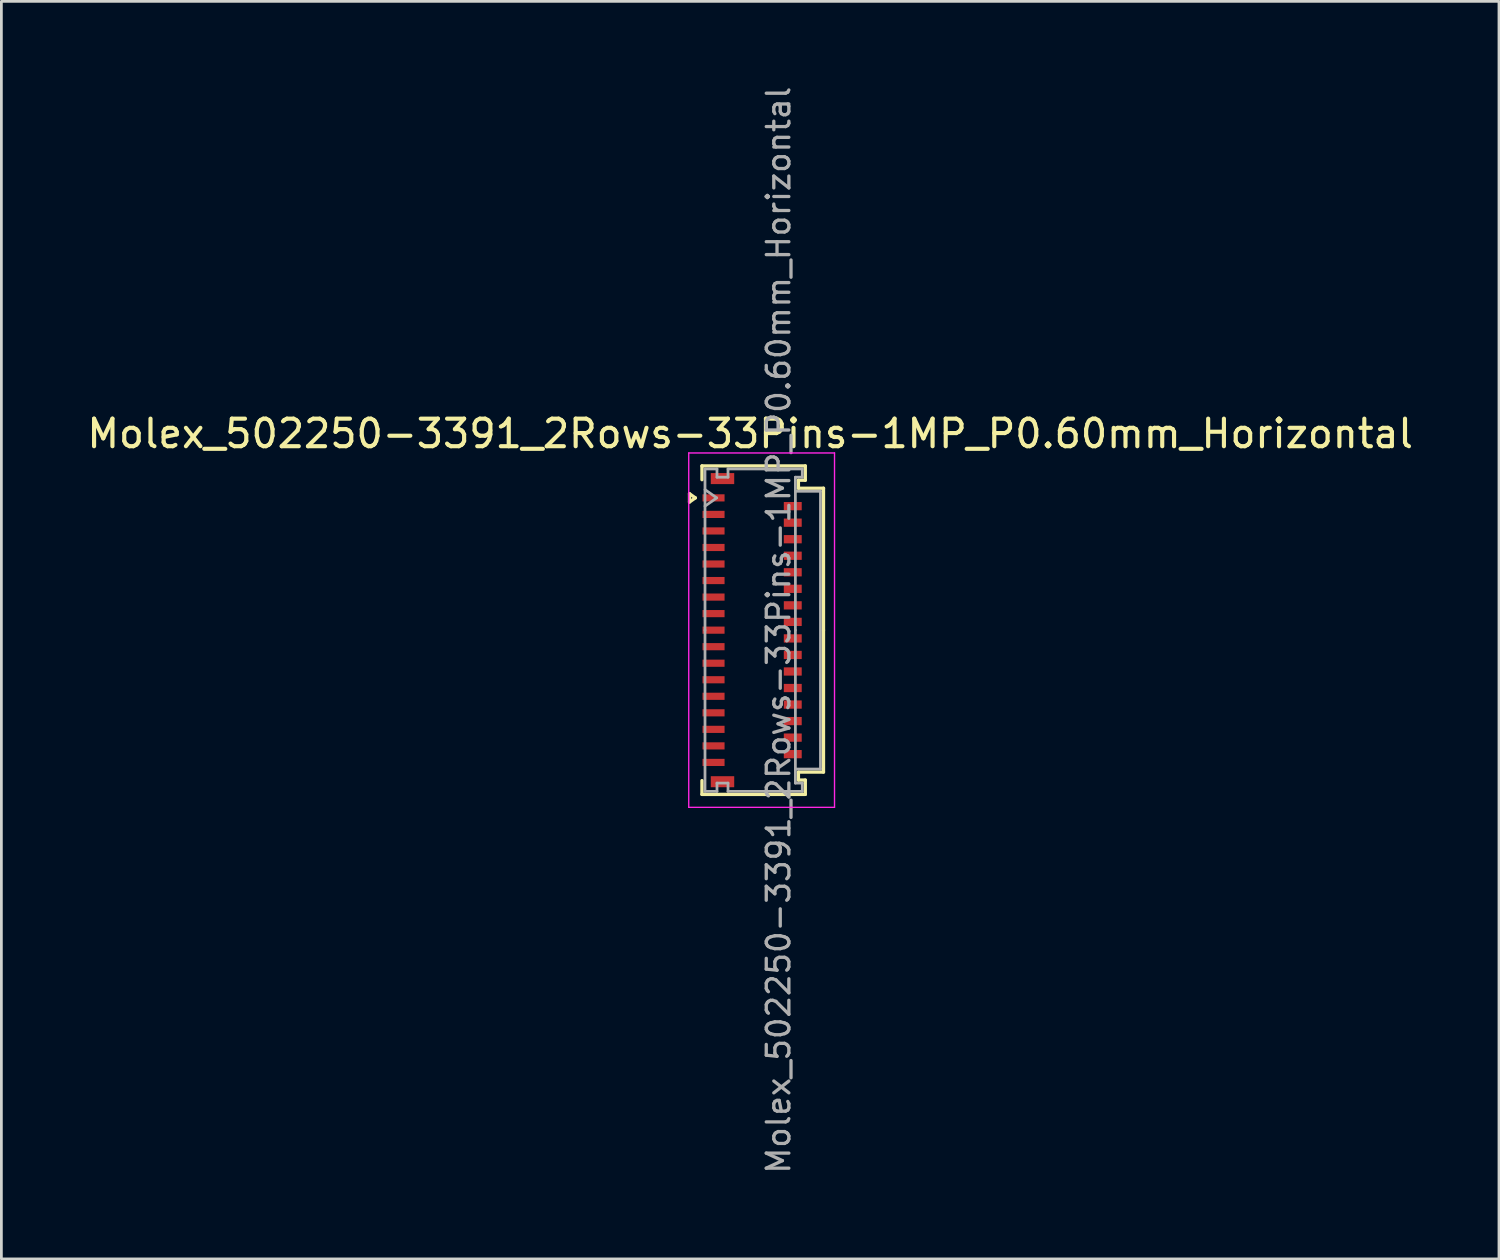
<source format=kicad_pcb>
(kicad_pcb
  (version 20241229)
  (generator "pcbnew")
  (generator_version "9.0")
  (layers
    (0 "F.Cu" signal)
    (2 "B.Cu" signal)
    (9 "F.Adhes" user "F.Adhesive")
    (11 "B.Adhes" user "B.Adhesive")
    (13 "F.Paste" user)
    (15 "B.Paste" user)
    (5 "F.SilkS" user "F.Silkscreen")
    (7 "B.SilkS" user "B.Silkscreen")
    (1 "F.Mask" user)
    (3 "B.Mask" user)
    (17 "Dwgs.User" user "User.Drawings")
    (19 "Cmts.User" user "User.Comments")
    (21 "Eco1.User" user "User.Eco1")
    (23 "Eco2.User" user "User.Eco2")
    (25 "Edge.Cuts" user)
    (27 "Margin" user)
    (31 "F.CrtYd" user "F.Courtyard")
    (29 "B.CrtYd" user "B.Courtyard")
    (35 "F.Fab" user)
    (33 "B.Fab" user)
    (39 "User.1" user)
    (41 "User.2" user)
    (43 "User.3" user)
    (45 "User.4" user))
  (footprint "Molex_502250-3391_2Rows-33Pins-1MP_P0.60mm_Horizontal"
    (layer "F.Cu")
    (at 24.243 19.817)
    (property "Reference" "Molex_502250-3391_2Rows-33Pins-1MP_P0.60mm_Horizontal" (at -0.07 -7.13 0) (layer "F.SilkS") (effects (font (size 1 1) (thickness 0.15))))
    (attr smd)
    (fp_line (start -2.272 -4.95) (end -2.06 -4.8) (stroke (width 0.12) (type solid)) (layer "F.SilkS"))
    (fp_line (start -2.272 -4.65) (end -2.272 -4.95) (stroke (width 0.12) (type solid)) (layer "F.SilkS"))
    (fp_line (start -2.06 -4.8) (end -2.272 -4.65) (stroke (width 0.12) (type solid)) (layer "F.SilkS"))
    (fp_line (start -1.82 -5.96) (end 1.93 -5.96) (stroke (width 0.12) (type solid)) (layer "F.SilkS"))
    (fp_line (start -1.82 -5.46) (end -1.82 -5.96) (stroke (width 0.12) (type solid)) (layer "F.SilkS"))
    (fp_line (start -1.82 5.46) (end -1.82 5.96) (stroke (width 0.12) (type solid)) (layer "F.SilkS"))
    (fp_line (start -1.82 5.96) (end 1.93 5.96) (stroke (width 0.12) (type solid)) (layer "F.SilkS"))
    (fp_line (start 1.68 -5.44) (end 1.68 -5.15) (stroke (width 0.12) (type solid)) (layer "F.SilkS"))
    (fp_line (start 1.68 -5.15) (end 2.59 -5.15) (stroke (width 0.12) (type solid)) (layer "F.SilkS"))
    (fp_line (start 1.68 5.15) (end 2.59 5.15) (stroke (width 0.12) (type solid)) (layer "F.SilkS"))
    (fp_line (start 1.68 5.44) (end 1.68 5.15) (stroke (width 0.12) (type solid)) (layer "F.SilkS"))
    (fp_line (start 1.93 -5.96) (end 1.93 -5.44) (stroke (width 0.12) (type solid)) (layer "F.SilkS"))
    (fp_line (start 1.93 -5.44) (end 1.68 -5.44) (stroke (width 0.12) (type solid)) (layer "F.SilkS"))
    (fp_line (start 1.93 5.44) (end 1.68 5.44) (stroke (width 0.12) (type solid)) (layer "F.SilkS"))
    (fp_line (start 1.93 5.96) (end 1.93 5.44) (stroke (width 0.12) (type solid)) (layer "F.SilkS"))
    (fp_line (start 2.59 -5.15) (end 2.59 0) (stroke (width 0.12) (type solid)) (layer "F.SilkS"))
    (fp_line (start 2.59 5.15) (end 2.59 0) (stroke (width 0.12) (type solid)) (layer "F.SilkS"))
    (fp_line (start -2.3 -6.43) (end -2.3 6.43) (stroke (width 0.05) (type solid)) (layer "F.CrtYd"))
    (fp_line (start -2.3 6.43) (end 2.99 6.43) (stroke (width 0.05) (type solid)) (layer "F.CrtYd"))
    (fp_line (start 2.99 -6.43) (end -2.3 -6.43) (stroke (width 0.05) (type solid)) (layer "F.CrtYd"))
    (fp_line (start 2.99 6.43) (end 2.99 -6.43) (stroke (width 0.05) (type solid)) (layer "F.CrtYd"))
    (fp_line (start -1.71 -5.85) (end -1.275 -5.85) (stroke (width 0.1) (type solid)) (layer "F.Fab"))
    (fp_line (start -1.71 -5.1) (end -1.286 -4.8) (stroke (width 0.1) (type solid)) (layer "F.Fab"))
    (fp_line (start -1.71 0) (end -1.71 -5.85) (stroke (width 0.1) (type solid)) (layer "F.Fab"))
    (fp_line (start -1.71 0) (end -1.71 5.85) (stroke (width 0.1) (type solid)) (layer "F.Fab"))
    (fp_line (start -1.71 5.85) (end -1.275 5.85) (stroke (width 0.1) (type solid)) (layer "F.Fab"))
    (fp_line (start -1.286 -4.8) (end -1.71 -4.5) (stroke (width 0.1) (type solid)) (layer "F.Fab"))
    (fp_line (start -1.275 -5.85) (end -1.275 -5.55) (stroke (width 0.1) (type solid)) (layer "F.Fab"))
    (fp_line (start -1.275 -5.55) (end -0.875 -5.55) (stroke (width 0.1) (type solid)) (layer "F.Fab"))
    (fp_line (start -1.275 5.55) (end -0.875 5.55) (stroke (width 0.1) (type solid)) (layer "F.Fab"))
    (fp_line (start -1.275 5.85) (end -1.275 5.55) (stroke (width 0.1) (type solid)) (layer "F.Fab"))
    (fp_line (start -0.875 -5.85) (end 1.82 -5.85) (stroke (width 0.1) (type solid)) (layer "F.Fab"))
    (fp_line (start -0.875 -5.55) (end -0.875 -5.85) (stroke (width 0.1) (type solid)) (layer "F.Fab"))
    (fp_line (start -0.875 5.55) (end -0.875 5.85) (stroke (width 0.1) (type solid)) (layer "F.Fab"))
    (fp_line (start -0.875 5.85) (end 1.82 5.85) (stroke (width 0.1) (type solid)) (layer "F.Fab"))
    (fp_line (start 1.57 -5.55) (end 1.57 0) (stroke (width 0.1) (type solid)) (layer "F.Fab"))
    (fp_line (start 1.57 -5.04) (end 2.48 -5.04) (stroke (width 0.1) (type solid)) (layer "F.Fab"))
    (fp_line (start 1.57 5.55) (end 1.57 0) (stroke (width 0.1) (type solid)) (layer "F.Fab"))
    (fp_line (start 1.82 -5.85) (end 1.82 -5.55) (stroke (width 0.1) (type solid)) (layer "F.Fab"))
    (fp_line (start 1.82 -5.55) (end 1.57 -5.55) (stroke (width 0.1) (type solid)) (layer "F.Fab"))
    (fp_line (start 1.82 5.55) (end 1.57 5.55) (stroke (width 0.1) (type solid)) (layer "F.Fab"))
    (fp_line (start 1.82 5.85) (end 1.82 5.55) (stroke (width 0.1) (type solid)) (layer "F.Fab"))
    (fp_line (start 2.48 -5.04) (end 2.48 5.04) (stroke (width 0.1) (type solid)) (layer "F.Fab"))
    (fp_line (start 2.48 5.04) (end 1.57 5.04) (stroke (width 0.1) (type solid)) (layer "F.Fab"))
    (fp_text user "${REFERENCE}" (at 0.96 0 90) (layer "F.Fab") (effects (font (size 0.82 0.82) (thickness 0.12))))
    (pad "1" smd rect (at -1.4 -4.8) (size 0.8 0.26) (layers "F.Cu" "F.Mask" "F.Paste"))
    (pad "2" smd rect (at 1.475 -4.5) (size 0.65 0.3) (layers "F.Cu" "F.Mask" "F.Paste"))
    (pad "3" smd rect (at -1.4 -4.2) (size 0.8 0.26) (layers "F.Cu" "F.Mask" "F.Paste"))
    (pad "4" smd rect (at 1.475 -3.9) (size 0.65 0.3) (layers "F.Cu" "F.Mask" "F.Paste"))
    (pad "5" smd rect (at -1.4 -3.6) (size 0.8 0.26) (layers "F.Cu" "F.Mask" "F.Paste"))
    (pad "6" smd rect (at 1.475 -3.3) (size 0.65 0.3) (layers "F.Cu" "F.Mask" "F.Paste"))
    (pad "7" smd rect (at -1.4 -3) (size 0.8 0.26) (layers "F.Cu" "F.Mask" "F.Paste"))
    (pad "8" smd rect (at 1.475 -2.7) (size 0.65 0.3) (layers "F.Cu" "F.Mask" "F.Paste"))
    (pad "9" smd rect (at -1.4 -2.4) (size 0.8 0.26) (layers "F.Cu" "F.Mask" "F.Paste"))
    (pad "10" smd rect (at 1.475 -2.1) (size 0.65 0.3) (layers "F.Cu" "F.Mask" "F.Paste"))
    (pad "11" smd rect (at -1.4 -1.8) (size 0.8 0.26) (layers "F.Cu" "F.Mask" "F.Paste"))
    (pad "12" smd rect (at 1.475 -1.5) (size 0.65 0.3) (layers "F.Cu" "F.Mask" "F.Paste"))
    (pad "13" smd rect (at -1.4 -1.2) (size 0.8 0.26) (layers "F.Cu" "F.Mask" "F.Paste"))
    (pad "14" smd rect (at 1.475 -0.9) (size 0.65 0.3) (layers "F.Cu" "F.Mask" "F.Paste"))
    (pad "15" smd rect (at -1.4 -0.6) (size 0.8 0.26) (layers "F.Cu" "F.Mask" "F.Paste"))
    (pad "16" smd rect (at 1.475 -0.3) (size 0.65 0.3) (layers "F.Cu" "F.Mask" "F.Paste"))
    (pad "17" smd rect (at -1.4 0) (size 0.8 0.26) (layers "F.Cu" "F.Mask" "F.Paste"))
    (pad "18" smd rect (at 1.475 0.3) (size 0.65 0.3) (layers "F.Cu" "F.Mask" "F.Paste"))
    (pad "19" smd rect (at -1.4 0.6) (size 0.8 0.26) (layers "F.Cu" "F.Mask" "F.Paste"))
    (pad "20" smd rect (at 1.475 0.9) (size 0.65 0.3) (layers "F.Cu" "F.Mask" "F.Paste"))
    (pad "21" smd rect (at -1.4 1.2) (size 0.8 0.26) (layers "F.Cu" "F.Mask" "F.Paste"))
    (pad "22" smd rect (at 1.475 1.5) (size 0.65 0.3) (layers "F.Cu" "F.Mask" "F.Paste"))
    (pad "23" smd rect (at -1.4 1.8) (size 0.8 0.26) (layers "F.Cu" "F.Mask" "F.Paste"))
    (pad "24" smd rect (at 1.475 2.1) (size 0.65 0.3) (layers "F.Cu" "F.Mask" "F.Paste"))
    (pad "25" smd rect (at -1.4 2.4) (size 0.8 0.26) (layers "F.Cu" "F.Mask" "F.Paste"))
    (pad "26" smd rect (at 1.475 2.7) (size 0.65 0.3) (layers "F.Cu" "F.Mask" "F.Paste"))
    (pad "27" smd rect (at -1.4 3) (size 0.8 0.26) (layers "F.Cu" "F.Mask" "F.Paste"))
    (pad "28" smd rect (at 1.475 3.3) (size 0.65 0.3) (layers "F.Cu" "F.Mask" "F.Paste"))
    (pad "29" smd rect (at -1.4 3.6) (size 0.8 0.26) (layers "F.Cu" "F.Mask" "F.Paste"))
    (pad "30" smd rect (at 1.475 3.9) (size 0.65 0.3) (layers "F.Cu" "F.Mask" "F.Paste"))
    (pad "31" smd rect (at -1.4 4.2) (size 0.8 0.26) (layers "F.Cu" "F.Mask" "F.Paste"))
    (pad "32" smd rect (at 1.475 4.5) (size 0.65 0.3) (layers "F.Cu" "F.Mask" "F.Paste"))
    (pad "33" smd rect (at -1.4 4.8) (size 0.8 0.26) (layers "F.Cu" "F.Mask" "F.Paste"))
    (pad "MP" smd rect (at -1.075 -5.5) (size 0.85 0.4) (layers "F.Cu" "F.Mask" "F.Paste"))
    (pad "MP" smd rect (at -1.075 5.5) (size 0.85 0.4) (layers "F.Cu" "F.Mask" "F.Paste")))
  (gr_rect
    (start -3 -3)
    (end 51.345 42.634)
    (stroke (width 0.1) (type default))
    (fill no)
    (layer "Edge.Cuts")))
</source>
